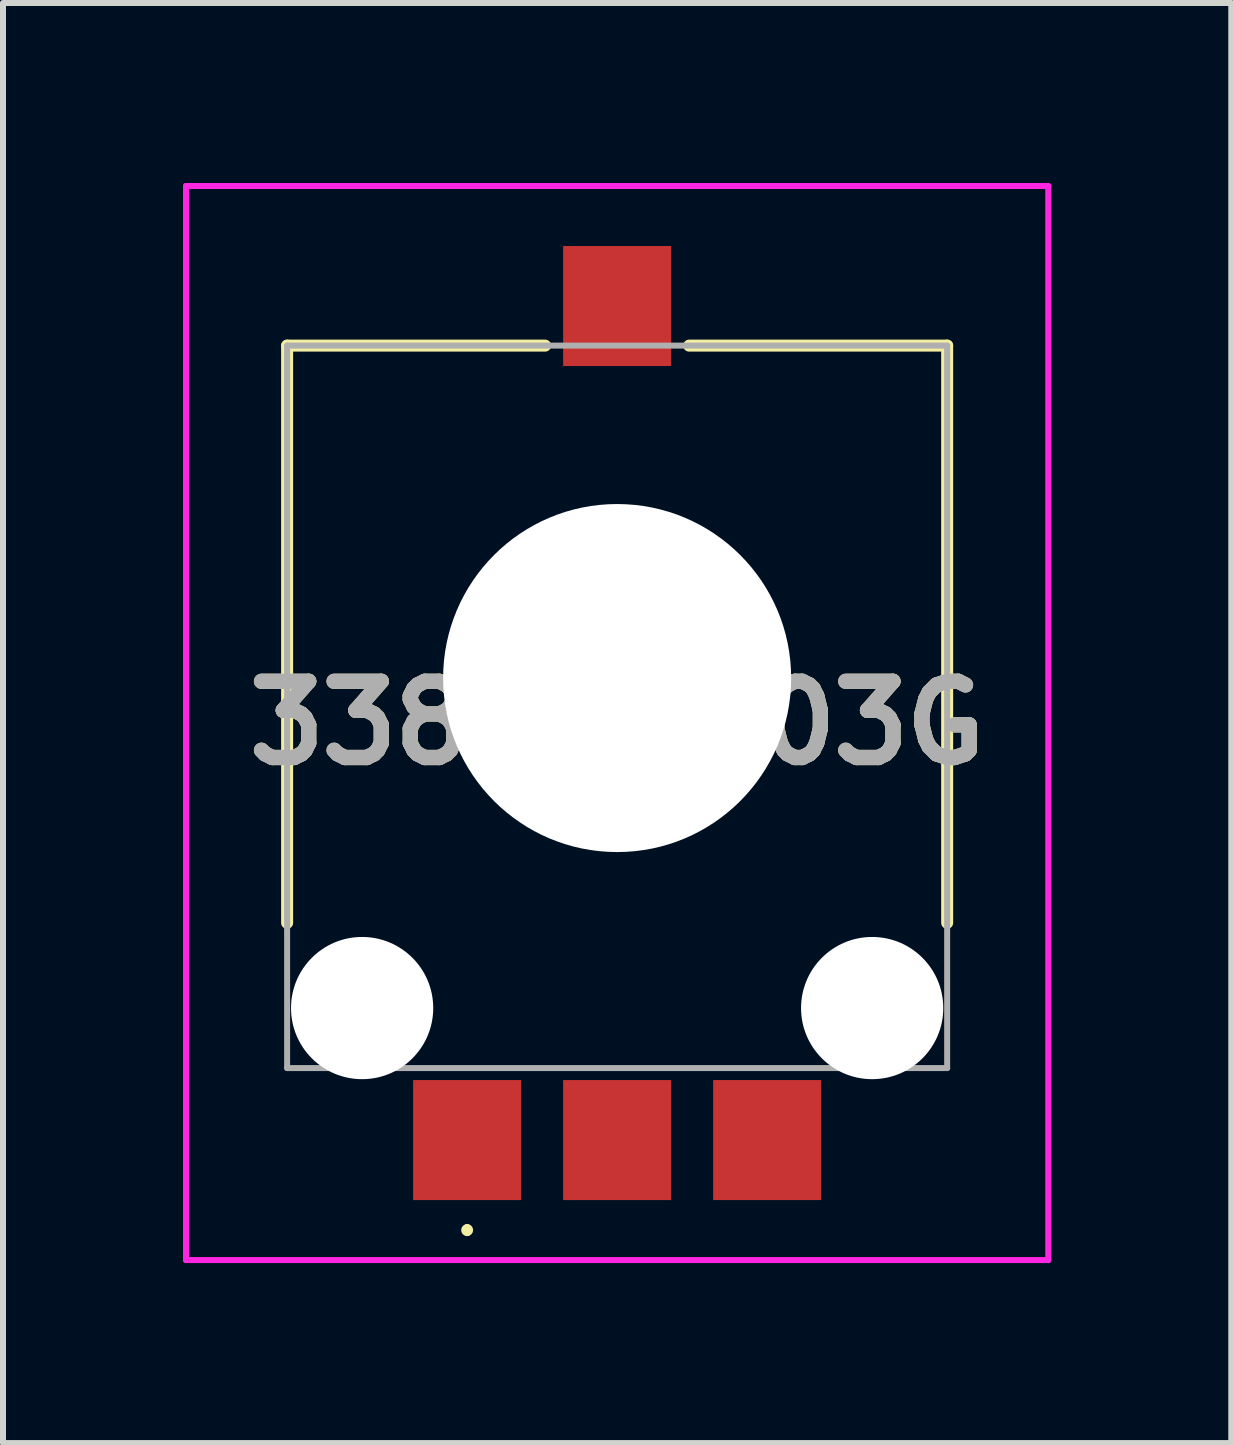
<source format=kicad_pcb>
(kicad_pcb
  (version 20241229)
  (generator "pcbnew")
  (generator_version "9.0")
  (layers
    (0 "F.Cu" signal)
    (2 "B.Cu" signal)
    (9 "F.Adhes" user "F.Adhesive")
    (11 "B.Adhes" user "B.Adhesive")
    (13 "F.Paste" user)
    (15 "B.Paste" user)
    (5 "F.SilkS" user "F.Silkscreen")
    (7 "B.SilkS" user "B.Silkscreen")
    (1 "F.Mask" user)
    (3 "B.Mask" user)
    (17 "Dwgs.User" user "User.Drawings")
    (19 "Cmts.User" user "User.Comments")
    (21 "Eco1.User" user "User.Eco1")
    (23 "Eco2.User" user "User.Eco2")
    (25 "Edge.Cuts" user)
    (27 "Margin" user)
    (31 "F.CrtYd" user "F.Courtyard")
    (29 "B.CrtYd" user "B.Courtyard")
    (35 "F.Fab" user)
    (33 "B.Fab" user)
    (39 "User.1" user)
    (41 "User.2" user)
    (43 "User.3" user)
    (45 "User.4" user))
  (footprint "3382G1103G"
    (layer "F.Cu")
    (at 7.235 8.73)
    (property "Reference" "3382G1103G" (at 0 0.27 0) (layer "F.SilkS") (effects (font (size 1.27 1.27) (thickness 0.254))))
    (attr through_hole)
    (fp_line (start -5.5 -6.02) (end -5.5 3.6) (stroke (width 0.2) (type solid)) (layer "F.SilkS"))
    (fp_line (start -2.5 8.67) (end -2.5 8.67) (stroke (width 0.1) (type solid)) (layer "F.SilkS"))
    (fp_line (start -2.5 8.77) (end -2.5 8.77) (stroke (width 0.1) (type solid)) (layer "F.SilkS"))
    (fp_line (start -1.2 -6.02) (end -5.5 -6.02) (stroke (width 0.2) (type solid)) (layer "F.SilkS"))
    (fp_line (start 5.5 -6.02) (end 1.2 -6.02) (stroke (width 0.2) (type solid)) (layer "F.SilkS"))
    (fp_line (start 5.5 3.6) (end 5.5 -6.02) (stroke (width 0.2) (type solid)) (layer "F.SilkS"))
    (fp_arc (start -2.5 8.67) (mid -2.45 8.72) (end -2.5 8.77) (stroke (width 0.1) (type solid)) (layer "F.SilkS"))
    (fp_arc (start -2.5 8.77) (mid -2.55 8.72) (end -2.5 8.67) (stroke (width 0.1) (type solid)) (layer "F.SilkS"))
    (fp_line (start -7.185 -8.68) (end 7.185 -8.68) (stroke (width 0.1) (type solid)) (layer "F.CrtYd"))
    (fp_line (start -7.185 9.22) (end -7.185 -8.68) (stroke (width 0.1) (type solid)) (layer "F.CrtYd"))
    (fp_line (start 7.185 -8.68) (end 7.185 9.22) (stroke (width 0.1) (type solid)) (layer "F.CrtYd"))
    (fp_line (start 7.185 9.22) (end -7.185 9.22) (stroke (width 0.1) (type solid)) (layer "F.CrtYd"))
    (fp_line (start -5.5 -6.02) (end 5.5 -6.02) (stroke (width 0.1) (type solid)) (layer "F.Fab"))
    (fp_line (start -5.5 6.02) (end -5.5 -6.02) (stroke (width 0.1) (type solid)) (layer "F.Fab"))
    (fp_line (start 5.5 -6.02) (end 5.5 6.02) (stroke (width 0.1) (type solid)) (layer "F.Fab"))
    (fp_line (start 5.5 6.02) (end -5.5 6.02) (stroke (width 0.1) (type solid)) (layer "F.Fab"))
    (fp_text user "${REFERENCE}" (at 0 0.27 0) (layer "F.Fab") (effects (font (size 1.27 1.27) (thickness 0.254))))
    (pad "" np_thru_hole circle (at -4.25 5.02) (size 2.37 2.37) (drill 2.37) (layers "*.Cu" "*.Mask"))
    (pad "" np_thru_hole circle (at 0 -0.48) (size 5.8 5.8) (drill 5.8) (layers "*.Cu" "*.Mask"))
    (pad "" np_thru_hole circle (at 4.25 5.02) (size 2.37 2.37) (drill 2.37) (layers "*.Cu" "*.Mask"))
    (pad "1" smd rect (at -2.5 7.22) (size 1.8 2) (layers "F.Cu" "F.Mask" "F.Paste"))
    (pad "2" smd rect (at 0 7.22) (size 1.8 2) (layers "F.Cu" "F.Mask" "F.Paste"))
    (pad "3" smd rect (at 2.5 7.22) (size 1.8 2) (layers "F.Cu" "F.Mask" "F.Paste"))
    (pad "A2" smd rect (at 0 -6.68) (size 1.8 2) (layers "F.Cu" "F.Mask" "F.Paste")))
  (gr_rect
    (start -3 -3)
    (end 17.47 21)
    (stroke (width 0.1) (type default))
    (fill no)
    (layer "Edge.Cuts")))
</source>
